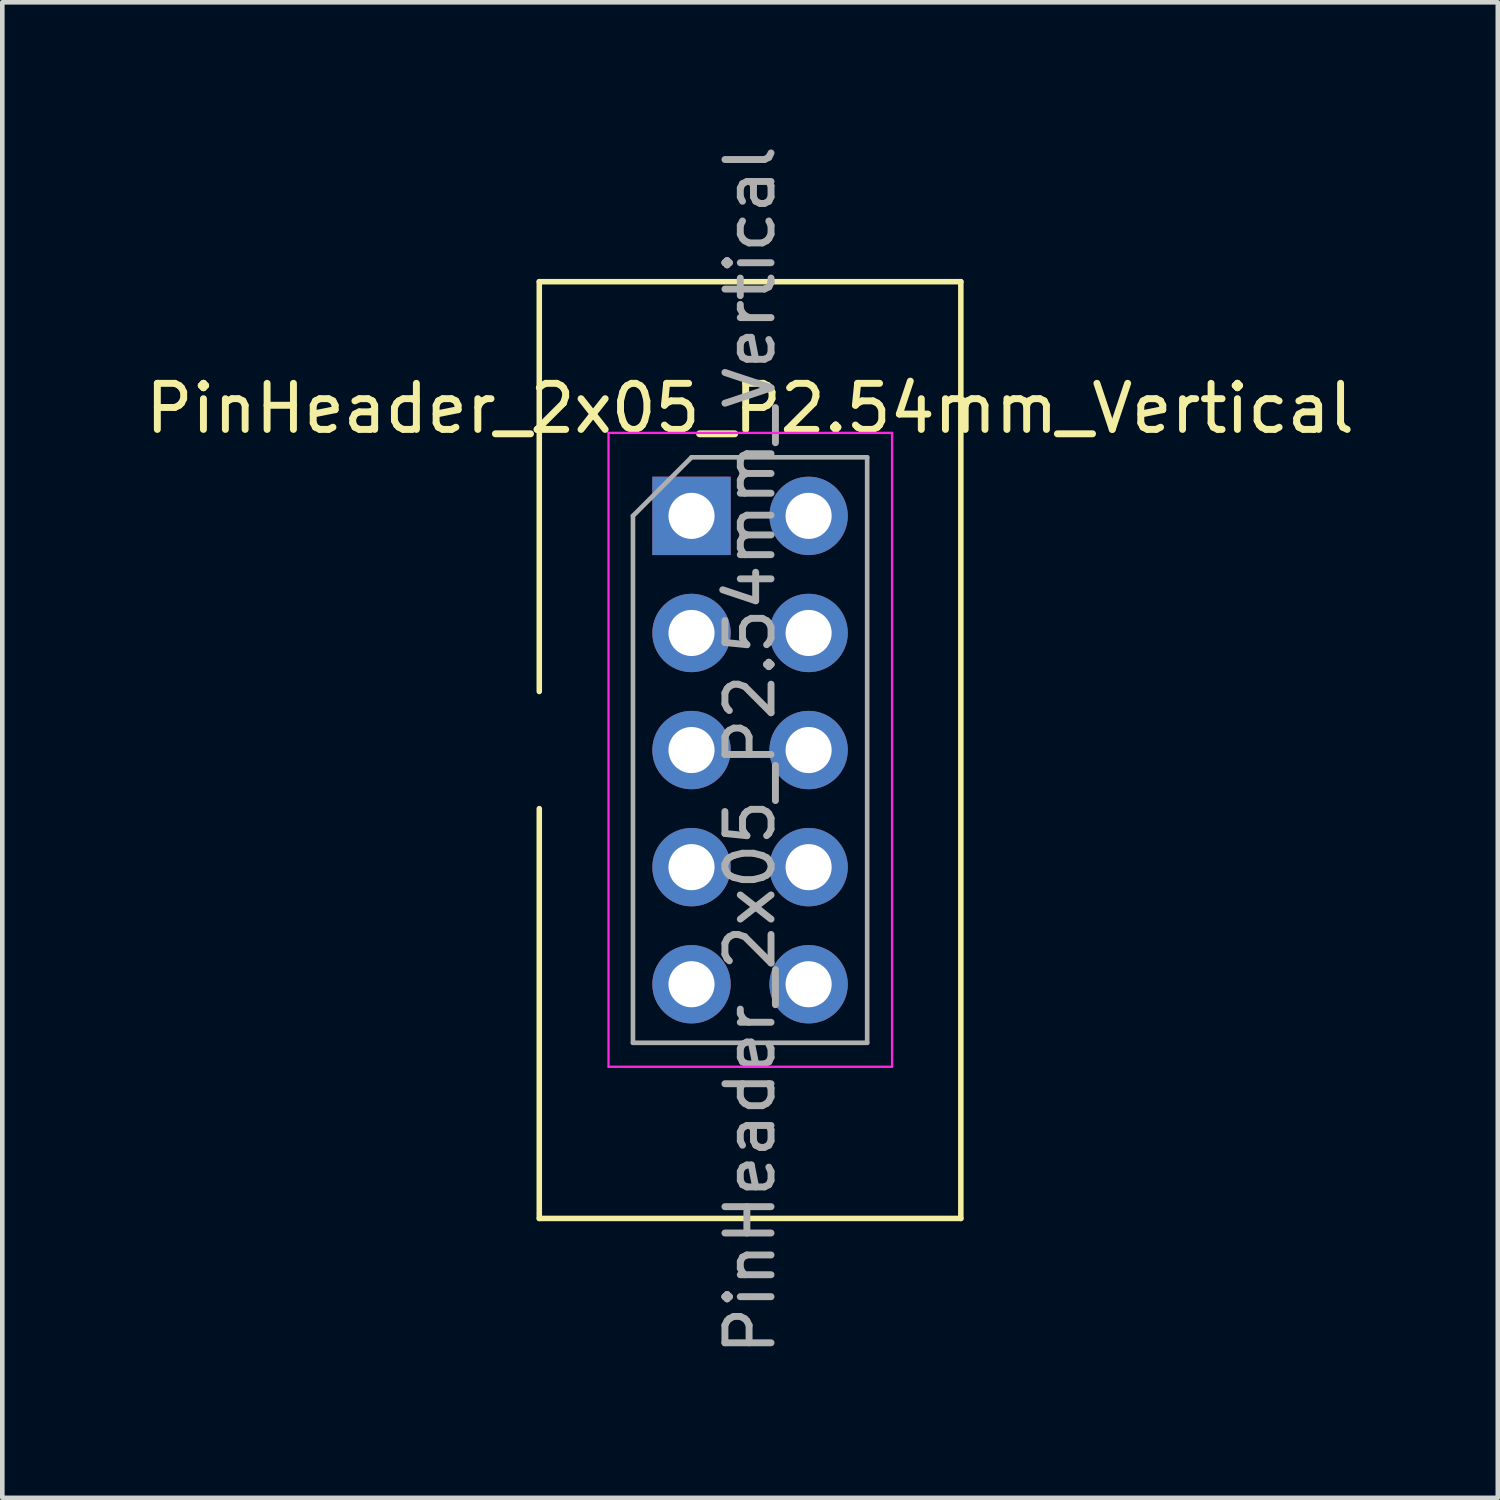
<source format=kicad_pcb>
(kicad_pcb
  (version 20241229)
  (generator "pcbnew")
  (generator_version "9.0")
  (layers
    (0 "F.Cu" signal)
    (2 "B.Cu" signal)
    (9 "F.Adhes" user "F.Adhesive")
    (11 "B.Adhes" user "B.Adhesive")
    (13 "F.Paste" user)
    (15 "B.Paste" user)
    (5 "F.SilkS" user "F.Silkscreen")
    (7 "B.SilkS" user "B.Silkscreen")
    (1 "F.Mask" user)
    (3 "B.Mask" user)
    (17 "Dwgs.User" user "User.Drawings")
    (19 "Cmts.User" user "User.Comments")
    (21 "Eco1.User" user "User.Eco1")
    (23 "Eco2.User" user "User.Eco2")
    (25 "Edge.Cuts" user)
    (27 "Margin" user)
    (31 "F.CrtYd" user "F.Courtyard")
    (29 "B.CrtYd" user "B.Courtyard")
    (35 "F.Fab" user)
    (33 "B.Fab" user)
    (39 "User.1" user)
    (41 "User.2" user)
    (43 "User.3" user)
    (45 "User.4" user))
  (footprint "PinHeader_2x05_P2.54mm_Vertical"
    (layer "F.Cu")
    (at 13.22 13.22)
    (property "Reference" "PinHeader_2x05_P2.54mm_Vertical" (at 0 -7.41 0) (layer "F.SilkS") (effects (font (size 1 1) (thickness 0.15))))
    (attr through_hole)
    (fp_line (start -4.572 -10.16) (end -4.572 -1.27) (stroke (width 0.12) (type solid)) (layer "F.SilkS"))
    (fp_line (start -4.572 -10.16) (end 4.572 -10.16) (stroke (width 0.12) (type solid)) (layer "F.SilkS"))
    (fp_line (start -4.572 1.27) (end -4.572 10.16) (stroke (width 0.12) (type solid)) (layer "F.SilkS"))
    (fp_line (start -4.572 10.16) (end 4.572 10.16) (stroke (width 0.12) (type solid)) (layer "F.SilkS"))
    (fp_line (start 4.572 -10.16) (end 4.572 10.16) (stroke (width 0.12) (type solid)) (layer "F.SilkS"))
    (fp_line (start -3.07 -6.88) (end -3.07 6.87) (stroke (width 0.05) (type solid)) (layer "F.CrtYd"))
    (fp_line (start -3.07 6.87) (end 3.08 6.87) (stroke (width 0.05) (type solid)) (layer "F.CrtYd"))
    (fp_line (start 3.08 -6.88) (end -3.07 -6.88) (stroke (width 0.05) (type solid)) (layer "F.CrtYd"))
    (fp_line (start 3.08 6.87) (end 3.08 -6.88) (stroke (width 0.05) (type solid)) (layer "F.CrtYd"))
    (fp_line (start -2.54 -5.08) (end -1.27 -6.35) (stroke (width 0.1) (type solid)) (layer "F.Fab"))
    (fp_line (start -2.54 6.35) (end -2.54 -5.08) (stroke (width 0.1) (type solid)) (layer "F.Fab"))
    (fp_line (start -1.27 -6.35) (end 2.54 -6.35) (stroke (width 0.1) (type solid)) (layer "F.Fab"))
    (fp_line (start 2.54 -6.35) (end 2.54 6.35) (stroke (width 0.1) (type solid)) (layer "F.Fab"))
    (fp_line (start 2.54 6.35) (end -2.54 6.35) (stroke (width 0.1) (type solid)) (layer "F.Fab"))
    (fp_text user "${REFERENCE}" (at 0 0 90) (layer "F.Fab") (effects (font (size 1 1) (thickness 0.15))))
    (pad "1" thru_hole rect (at -1.27 -5.08) (size 1.7 1.7) (drill 1) (layers "*.Cu" "*.Mask"))
    (pad "2" thru_hole oval (at 1.27 -5.08) (size 1.7 1.7) (drill 1) (layers "*.Cu" "*.Mask"))
    (pad "3" thru_hole oval (at -1.27 -2.54) (size 1.7 1.7) (drill 1) (layers "*.Cu" "*.Mask"))
    (pad "4" thru_hole oval (at 1.27 -2.54) (size 1.7 1.7) (drill 1) (layers "*.Cu" "*.Mask"))
    (pad "5" thru_hole oval (at -1.27 0) (size 1.7 1.7) (drill 1) (layers "*.Cu" "*.Mask"))
    (pad "6" thru_hole oval (at 1.27 0) (size 1.7 1.7) (drill 1) (layers "*.Cu" "*.Mask"))
    (pad "7" thru_hole oval (at -1.27 2.54) (size 1.7 1.7) (drill 1) (layers "*.Cu" "*.Mask"))
    (pad "8" thru_hole oval (at 1.27 2.54) (size 1.7 1.7) (drill 1) (layers "*.Cu" "*.Mask"))
    (pad "9" thru_hole oval (at -1.27 5.08) (size 1.7 1.7) (drill 1) (layers "*.Cu" "*.Mask"))
    (pad "10" thru_hole oval (at 1.27 5.08) (size 1.7 1.7) (drill 1) (layers "*.Cu" "*.Mask")))
  (gr_rect
    (start -3 -3)
    (end 29.44 29.44)
    (stroke (width 0.1) (type default))
    (fill no)
    (layer "Edge.Cuts")))
</source>
